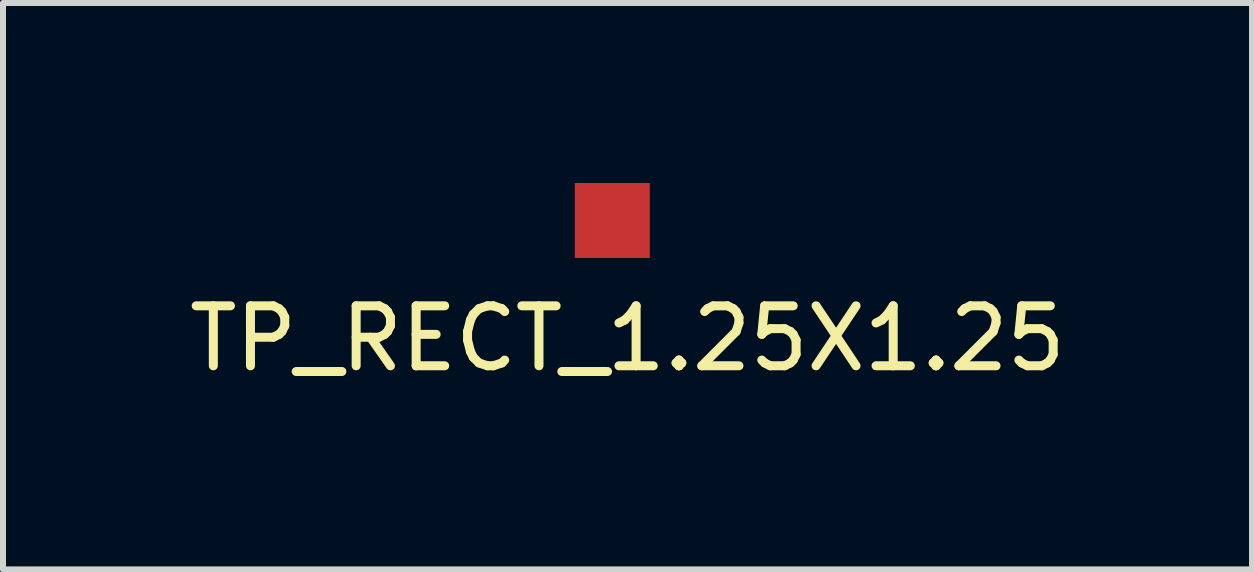
<source format=kicad_pcb>
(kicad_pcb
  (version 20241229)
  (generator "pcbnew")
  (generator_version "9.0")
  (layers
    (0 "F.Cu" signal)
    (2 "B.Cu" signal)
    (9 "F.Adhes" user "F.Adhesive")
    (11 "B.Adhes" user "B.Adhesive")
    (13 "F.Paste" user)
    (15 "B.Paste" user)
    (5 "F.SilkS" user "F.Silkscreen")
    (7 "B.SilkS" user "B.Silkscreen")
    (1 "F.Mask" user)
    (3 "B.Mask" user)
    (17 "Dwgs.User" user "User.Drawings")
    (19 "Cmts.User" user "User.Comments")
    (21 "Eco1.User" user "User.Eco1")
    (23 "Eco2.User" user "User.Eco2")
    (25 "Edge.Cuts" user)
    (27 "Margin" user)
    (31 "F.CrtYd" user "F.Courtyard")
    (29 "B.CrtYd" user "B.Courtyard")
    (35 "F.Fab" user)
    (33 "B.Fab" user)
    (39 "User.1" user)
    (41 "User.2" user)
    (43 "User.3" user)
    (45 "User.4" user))
  (footprint "TP_RECT_1.25X1.25"
    (layer "F.Cu")
    (at 7.157 0.625)
    (property "Reference" "TP_RECT_1.25X1.25" (at 0.254 1.968 0) (layer "F.SilkS") (effects (font (size 1 1) (thickness 0.15))))
    (attr exclude_from_pos_files exclude_from_bom)
    (pad "1" smd rect (at 0 0) (size 1.25 1.25) (layers "F.Cu" "F.Mask" "F.Paste")))
  (gr_rect
    (start -3 -3)
    (end 17.821 6.442)
    (stroke (width 0.1) (type default))
    (fill no)
    (layer "Edge.Cuts")))
</source>
